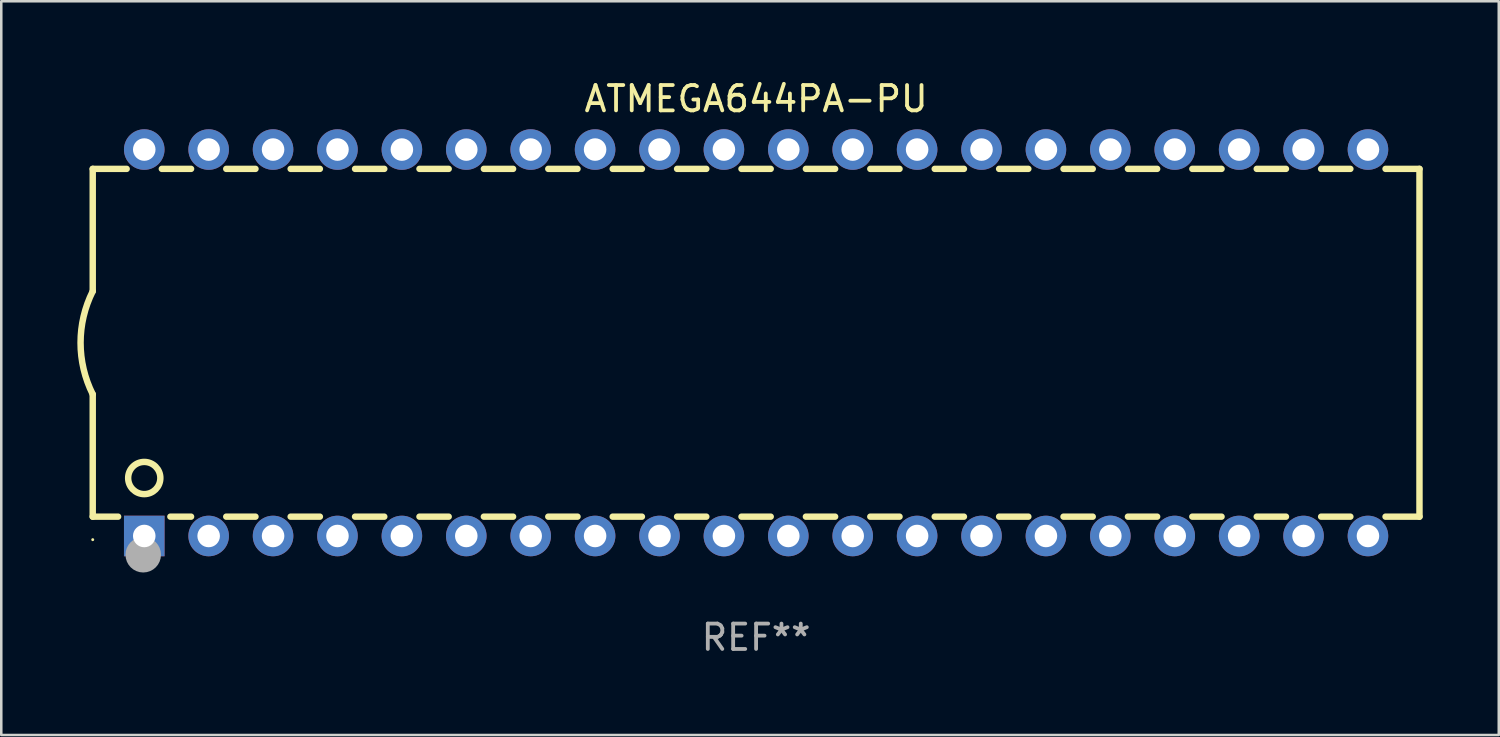
<source format=kicad_pcb>
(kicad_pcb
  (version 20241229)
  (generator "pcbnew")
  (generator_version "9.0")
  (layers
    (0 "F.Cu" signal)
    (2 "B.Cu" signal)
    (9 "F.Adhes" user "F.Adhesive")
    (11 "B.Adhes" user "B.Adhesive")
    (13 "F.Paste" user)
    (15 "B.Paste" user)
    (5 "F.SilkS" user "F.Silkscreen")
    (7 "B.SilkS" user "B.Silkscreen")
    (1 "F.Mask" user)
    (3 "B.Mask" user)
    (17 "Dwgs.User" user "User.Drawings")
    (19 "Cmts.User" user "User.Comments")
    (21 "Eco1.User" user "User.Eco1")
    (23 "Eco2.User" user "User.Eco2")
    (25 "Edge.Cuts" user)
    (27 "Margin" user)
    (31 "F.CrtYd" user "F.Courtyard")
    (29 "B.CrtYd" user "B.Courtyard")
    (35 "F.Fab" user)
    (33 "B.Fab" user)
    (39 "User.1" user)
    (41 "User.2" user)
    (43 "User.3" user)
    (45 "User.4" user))
  (footprint "ATMEGA644PA-PU"
    (layer "F.Cu")
    (at 26.769 10.468)
    (property "Reference" "ATMEGA644PA-PU" (at 0 -9.62 0) (layer "F.SilkS") (effects (font (size 1 1) (thickness 0.15))))
    (attr through_hole)
    (fp_line (start -26.162 -6.858) (end -26.162 -2.032) (stroke (width 0.254) (type solid)) (layer "F.SilkS"))
    (fp_line (start -26.162 6.858) (end -26.162 2.032) (stroke (width 0.254) (type solid)) (layer "F.SilkS"))
    (fp_line (start -26.162 6.858) (end -25.161 6.858) (stroke (width 0.254) (type solid)) (layer "F.SilkS"))
    (fp_line (start -24.824 -6.858) (end -26.162 -6.858) (stroke (width 0.254) (type solid)) (layer "F.SilkS"))
    (fp_line (start -23.099 6.858) (end -22.284 6.858) (stroke (width 0.254) (type solid)) (layer "F.SilkS"))
    (fp_line (start -22.284 -6.858) (end -23.436 -6.858) (stroke (width 0.254) (type solid)) (layer "F.SilkS"))
    (fp_line (start -20.896 6.858) (end -19.744 6.858) (stroke (width 0.254) (type solid)) (layer "F.SilkS"))
    (fp_line (start -19.744 -6.858) (end -20.896 -6.858) (stroke (width 0.254) (type solid)) (layer "F.SilkS"))
    (fp_line (start -18.356 6.858) (end -17.204 6.858) (stroke (width 0.254) (type solid)) (layer "F.SilkS"))
    (fp_line (start -17.204 -6.858) (end -18.356 -6.858) (stroke (width 0.254) (type solid)) (layer "F.SilkS"))
    (fp_line (start -15.816 6.858) (end -14.664 6.858) (stroke (width 0.254) (type solid)) (layer "F.SilkS"))
    (fp_line (start -14.664 -6.858) (end -15.816 -6.858) (stroke (width 0.254) (type solid)) (layer "F.SilkS"))
    (fp_line (start -13.276 6.858) (end -12.124 6.858) (stroke (width 0.254) (type solid)) (layer "F.SilkS"))
    (fp_line (start -12.124 -6.858) (end -13.276 -6.858) (stroke (width 0.254) (type solid)) (layer "F.SilkS"))
    (fp_line (start -10.736 6.858) (end -9.584 6.858) (stroke (width 0.254) (type solid)) (layer "F.SilkS"))
    (fp_line (start -9.584 -6.858) (end -10.736 -6.858) (stroke (width 0.254) (type solid)) (layer "F.SilkS"))
    (fp_line (start -8.196 6.858) (end -7.044 6.858) (stroke (width 0.254) (type solid)) (layer "F.SilkS"))
    (fp_line (start -7.044 -6.858) (end -8.196 -6.858) (stroke (width 0.254) (type solid)) (layer "F.SilkS"))
    (fp_line (start -5.656 6.858) (end -4.504 6.858) (stroke (width 0.254) (type solid)) (layer "F.SilkS"))
    (fp_line (start -4.504 -6.858) (end -5.656 -6.858) (stroke (width 0.254) (type solid)) (layer "F.SilkS"))
    (fp_line (start -3.116 6.858) (end -1.964 6.858) (stroke (width 0.254) (type solid)) (layer "F.SilkS"))
    (fp_line (start -1.964 -6.858) (end -3.116 -6.858) (stroke (width 0.254) (type solid)) (layer "F.SilkS"))
    (fp_line (start -0.576 6.858) (end 0.576 6.858) (stroke (width 0.254) (type solid)) (layer "F.SilkS"))
    (fp_line (start 0.576 -6.858) (end -0.576 -6.858) (stroke (width 0.254) (type solid)) (layer "F.SilkS"))
    (fp_line (start 1.964 6.858) (end 3.116 6.858) (stroke (width 0.254) (type solid)) (layer "F.SilkS"))
    (fp_line (start 3.116 -6.858) (end 1.964 -6.858) (stroke (width 0.254) (type solid)) (layer "F.SilkS"))
    (fp_line (start 4.504 6.858) (end 5.656 6.858) (stroke (width 0.254) (type solid)) (layer "F.SilkS"))
    (fp_line (start 5.656 -6.858) (end 4.504 -6.858) (stroke (width 0.254) (type solid)) (layer "F.SilkS"))
    (fp_line (start 7.044 6.858) (end 8.196 6.858) (stroke (width 0.254) (type solid)) (layer "F.SilkS"))
    (fp_line (start 8.196 -6.858) (end 7.044 -6.858) (stroke (width 0.254) (type solid)) (layer "F.SilkS"))
    (fp_line (start 9.584 6.858) (end 10.736 6.858) (stroke (width 0.254) (type solid)) (layer "F.SilkS"))
    (fp_line (start 10.736 -6.858) (end 9.584 -6.858) (stroke (width 0.254) (type solid)) (layer "F.SilkS"))
    (fp_line (start 12.124 6.858) (end 13.276 6.858) (stroke (width 0.254) (type solid)) (layer "F.SilkS"))
    (fp_line (start 13.276 -6.858) (end 12.124 -6.858) (stroke (width 0.254) (type solid)) (layer "F.SilkS"))
    (fp_line (start 14.664 6.858) (end 15.816 6.858) (stroke (width 0.254) (type solid)) (layer "F.SilkS"))
    (fp_line (start 15.816 -6.858) (end 14.664 -6.858) (stroke (width 0.254) (type solid)) (layer "F.SilkS"))
    (fp_line (start 17.204 6.858) (end 18.356 6.858) (stroke (width 0.254) (type solid)) (layer "F.SilkS"))
    (fp_line (start 18.356 -6.858) (end 17.204 -6.858) (stroke (width 0.254) (type solid)) (layer "F.SilkS"))
    (fp_line (start 19.744 6.858) (end 20.896 6.858) (stroke (width 0.254) (type solid)) (layer "F.SilkS"))
    (fp_line (start 20.896 -6.858) (end 19.744 -6.858) (stroke (width 0.254) (type solid)) (layer "F.SilkS"))
    (fp_line (start 22.284 6.858) (end 23.436 6.858) (stroke (width 0.254) (type solid)) (layer "F.SilkS"))
    (fp_line (start 23.436 -6.858) (end 22.284 -6.858) (stroke (width 0.254) (type solid)) (layer "F.SilkS"))
    (fp_line (start 24.824 6.858) (end 26.162 6.858) (stroke (width 0.254) (type solid)) (layer "F.SilkS"))
    (fp_line (start 26.162 -6.858) (end 24.824 -6.858) (stroke (width 0.254) (type solid)) (layer "F.SilkS"))
    (fp_line (start 26.162 -6.858) (end 26.162 6.858) (stroke (width 0.254) (type solid)) (layer "F.SilkS"))
    (fp_arc (start -26.162052 2.032004) (mid -26.641743 0) (end -26.162052 -2.032004) (stroke (width 0.254001) (type solid)) (layer "F.SilkS"))
    (fp_circle (center -26.162 7.765) (end -26.132 7.765) (stroke (width 0.06) (type solid)) (fill no) (layer "F.SilkS"))
    (fp_circle (center -24.13 5.334) (end -23.495 5.334) (stroke (width 0.254) (type solid)) (fill no) (layer "F.SilkS"))
    (fp_circle (center -24.17 8.36) (end -23.82 8.36) (stroke (width 0.7) (type solid)) (fill no) (layer "F.Fab"))
    (fp_text user "REF**" (at 0 11.62 0) (layer "F.Fab") (effects (font (size 1 1) (thickness 0.15))))
    (pad "1" thru_hole rect (at -24.13 7.62) (size 1.6 1.6) (drill 0.889) (layers "*.Cu" "*.Mask"))
    (pad "2" thru_hole circle (at -21.59 7.62) (size 1.6 1.6) (drill 0.889) (layers "*.Cu" "*.Mask"))
    (pad "3" thru_hole circle (at -19.05 7.62) (size 1.6 1.6) (drill 0.889) (layers "*.Cu" "*.Mask"))
    (pad "4" thru_hole circle (at -16.51 7.62) (size 1.6 1.6) (drill 0.889) (layers "*.Cu" "*.Mask"))
    (pad "5" thru_hole circle (at -13.97 7.62) (size 1.6 1.6) (drill 0.889) (layers "*.Cu" "*.Mask"))
    (pad "6" thru_hole circle (at -11.43 7.62) (size 1.6 1.6) (drill 0.889) (layers "*.Cu" "*.Mask"))
    (pad "7" thru_hole circle (at -8.89 7.62) (size 1.6 1.6) (drill 0.889) (layers "*.Cu" "*.Mask"))
    (pad "8" thru_hole circle (at -6.35 7.62) (size 1.6 1.6) (drill 0.889) (layers "*.Cu" "*.Mask"))
    (pad "9" thru_hole circle (at -3.81 7.62) (size 1.6 1.6) (drill 0.889) (layers "*.Cu" "*.Mask"))
    (pad "10" thru_hole circle (at -1.27 7.62) (size 1.6 1.6) (drill 0.889) (layers "*.Cu" "*.Mask"))
    (pad "11" thru_hole circle (at 1.27 7.62) (size 1.6 1.6) (drill 0.889) (layers "*.Cu" "*.Mask"))
    (pad "12" thru_hole circle (at 3.81 7.62) (size 1.6 1.6) (drill 0.889) (layers "*.Cu" "*.Mask"))
    (pad "13" thru_hole circle (at 6.35 7.62) (size 1.6 1.6) (drill 0.889) (layers "*.Cu" "*.Mask"))
    (pad "14" thru_hole circle (at 8.89 7.62) (size 1.6 1.6) (drill 0.889) (layers "*.Cu" "*.Mask"))
    (pad "15" thru_hole circle (at 11.43 7.62) (size 1.6 1.6) (drill 0.889) (layers "*.Cu" "*.Mask"))
    (pad "16" thru_hole circle (at 13.97 7.62) (size 1.6 1.6) (drill 0.889) (layers "*.Cu" "*.Mask"))
    (pad "17" thru_hole circle (at 16.51 7.62) (size 1.6 1.6) (drill 0.889) (layers "*.Cu" "*.Mask"))
    (pad "18" thru_hole circle (at 19.05 7.62) (size 1.6 1.6) (drill 0.889) (layers "*.Cu" "*.Mask"))
    (pad "19" thru_hole circle (at 21.59 7.62) (size 1.6 1.6) (drill 0.889) (layers "*.Cu" "*.Mask"))
    (pad "20" thru_hole circle (at 24.13 7.62) (size 1.6 1.6) (drill 0.889) (layers "*.Cu" "*.Mask"))
    (pad "21" thru_hole circle (at 24.13 -7.62) (size 1.6 1.6) (drill 0.889) (layers "*.Cu" "*.Mask"))
    (pad "22" thru_hole circle (at 21.59 -7.62) (size 1.6 1.6) (drill 0.889) (layers "*.Cu" "*.Mask"))
    (pad "23" thru_hole circle (at 19.05 -7.62) (size 1.6 1.6) (drill 0.889) (layers "*.Cu" "*.Mask"))
    (pad "24" thru_hole circle (at 16.51 -7.62) (size 1.6 1.6) (drill 0.889) (layers "*.Cu" "*.Mask"))
    (pad "25" thru_hole circle (at 13.97 -7.62) (size 1.6 1.6) (drill 0.889) (layers "*.Cu" "*.Mask"))
    (pad "26" thru_hole circle (at 11.43 -7.62) (size 1.6 1.6) (drill 0.889) (layers "*.Cu" "*.Mask"))
    (pad "27" thru_hole circle (at 8.89 -7.62) (size 1.6 1.6) (drill 0.889) (layers "*.Cu" "*.Mask"))
    (pad "28" thru_hole circle (at 6.35 -7.62) (size 1.6 1.6) (drill 0.889) (layers "*.Cu" "*.Mask"))
    (pad "29" thru_hole circle (at 3.81 -7.62) (size 1.6 1.6) (drill 0.889) (layers "*.Cu" "*.Mask"))
    (pad "30" thru_hole circle (at 1.27 -7.62) (size 1.6 1.6) (drill 0.889) (layers "*.Cu" "*.Mask"))
    (pad "31" thru_hole circle (at -1.27 -7.62) (size 1.6 1.6) (drill 0.889) (layers "*.Cu" "*.Mask"))
    (pad "32" thru_hole circle (at -3.81 -7.62) (size 1.6 1.6) (drill 0.889) (layers "*.Cu" "*.Mask"))
    (pad "33" thru_hole circle (at -6.35 -7.62) (size 1.6 1.6) (drill 0.889) (layers "*.Cu" "*.Mask"))
    (pad "34" thru_hole circle (at -8.89 -7.62) (size 1.6 1.6) (drill 0.889) (layers "*.Cu" "*.Mask"))
    (pad "35" thru_hole circle (at -11.43 -7.62) (size 1.6 1.6) (drill 0.889) (layers "*.Cu" "*.Mask"))
    (pad "36" thru_hole circle (at -13.97 -7.62) (size 1.6 1.6) (drill 0.889) (layers "*.Cu" "*.Mask"))
    (pad "37" thru_hole circle (at -16.51 -7.62) (size 1.6 1.6) (drill 0.889) (layers "*.Cu" "*.Mask"))
    (pad "38" thru_hole circle (at -19.05 -7.62) (size 1.6 1.6) (drill 0.889) (layers "*.Cu" "*.Mask"))
    (pad "39" thru_hole circle (at -21.59 -7.62) (size 1.6 1.6) (drill 0.889) (layers "*.Cu" "*.Mask"))
    (pad "40" thru_hole circle (at -24.13 -7.62) (size 1.6 1.6) (drill 0.889) (layers "*.Cu" "*.Mask")))
  (gr_rect
    (start -3 -3)
    (end 56.058 25.937)
    (stroke (width 0.1) (type default))
    (fill no)
    (layer "Edge.Cuts")))
</source>
